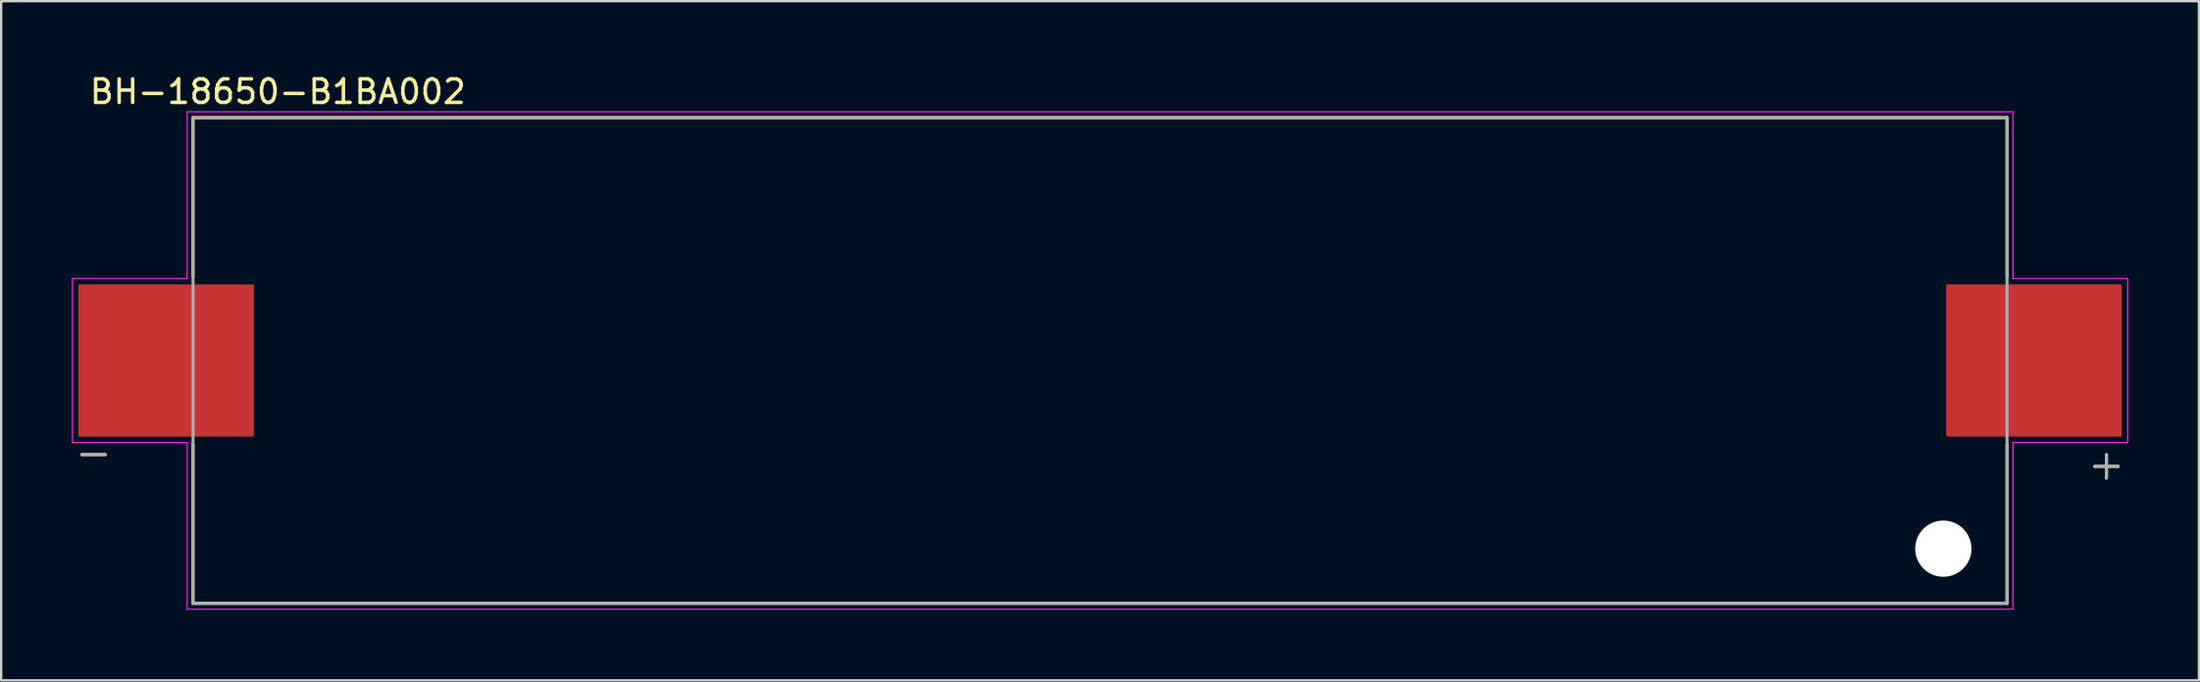
<source format=kicad_pcb>
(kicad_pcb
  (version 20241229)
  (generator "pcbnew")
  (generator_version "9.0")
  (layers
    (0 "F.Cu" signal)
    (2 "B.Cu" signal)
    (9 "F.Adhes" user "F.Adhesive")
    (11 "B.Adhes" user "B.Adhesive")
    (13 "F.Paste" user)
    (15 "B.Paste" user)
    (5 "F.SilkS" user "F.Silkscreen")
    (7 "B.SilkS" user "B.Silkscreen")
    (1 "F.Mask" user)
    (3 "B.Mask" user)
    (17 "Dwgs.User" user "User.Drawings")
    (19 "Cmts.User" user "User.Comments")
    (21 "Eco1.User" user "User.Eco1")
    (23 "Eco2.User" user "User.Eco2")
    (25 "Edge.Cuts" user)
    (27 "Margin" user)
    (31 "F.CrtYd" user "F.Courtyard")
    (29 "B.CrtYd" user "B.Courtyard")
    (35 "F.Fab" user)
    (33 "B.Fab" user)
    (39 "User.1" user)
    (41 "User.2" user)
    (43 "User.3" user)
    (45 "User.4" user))
  (footprint "BH-18650-B1BA002"
    (layer "F.Cu")
    (at 43.675 12.278)
    (property "Reference" "BH-18650-B1BA002" (at -34.925 -11.43 0) (layer "F.SilkS") (effects (font (size 1 1) (thickness 0.15))))
    (attr through_hole)
    (fp_line (start -43.25 4) (end -42.25 4) (stroke (width 0.127) (type solid)) (layer "F.SilkS"))
    (fp_line (start -38.525 -10.325) (end 38.525 -10.325) (stroke (width 0.127) (type solid)) (layer "F.SilkS"))
    (fp_line (start -38.525 -3.55) (end -38.525 -10.325) (stroke (width 0.127) (type solid)) (layer "F.SilkS"))
    (fp_line (start -38.525 10.325) (end -38.525 3.55) (stroke (width 0.127) (type solid)) (layer "F.SilkS"))
    (fp_line (start 38.525 -10.325) (end 38.525 -3.55) (stroke (width 0.127) (type solid)) (layer "F.SilkS"))
    (fp_line (start 38.525 3.55) (end 38.525 10.325) (stroke (width 0.127) (type solid)) (layer "F.SilkS"))
    (fp_line (start 38.525 10.325) (end -38.525 10.325) (stroke (width 0.127) (type solid)) (layer "F.SilkS"))
    (fp_line (start 42.25 4.5) (end 43.25 4.5) (stroke (width 0.127) (type solid)) (layer "F.SilkS"))
    (fp_line (start 42.75 4) (end 42.75 5) (stroke (width 0.127) (type solid)) (layer "F.SilkS"))
    (fp_line (start -43.65 -3.485) (end -38.775 -3.485) (stroke (width 0.05) (type solid)) (layer "F.CrtYd"))
    (fp_line (start -43.65 3.485) (end -43.65 -3.485) (stroke (width 0.05) (type solid)) (layer "F.CrtYd"))
    (fp_line (start -38.775 -10.575) (end 38.775 -10.575) (stroke (width 0.05) (type solid)) (layer "F.CrtYd"))
    (fp_line (start -38.775 -3.485) (end -38.775 -10.575) (stroke (width 0.05) (type solid)) (layer "F.CrtYd"))
    (fp_line (start -38.775 3.485) (end -43.65 3.485) (stroke (width 0.05) (type solid)) (layer "F.CrtYd"))
    (fp_line (start -38.775 10.575) (end -38.775 3.485) (stroke (width 0.05) (type solid)) (layer "F.CrtYd"))
    (fp_line (start 38.775 -10.575) (end 38.775 -3.485) (stroke (width 0.05) (type solid)) (layer "F.CrtYd"))
    (fp_line (start 38.775 -3.485) (end 43.65 -3.485) (stroke (width 0.05) (type solid)) (layer "F.CrtYd"))
    (fp_line (start 38.775 3.485) (end 38.775 10.575) (stroke (width 0.05) (type solid)) (layer "F.CrtYd"))
    (fp_line (start 38.775 10.575) (end -38.775 10.575) (stroke (width 0.05) (type solid)) (layer "F.CrtYd"))
    (fp_line (start 43.65 -3.485) (end 43.65 3.485) (stroke (width 0.05) (type solid)) (layer "F.CrtYd"))
    (fp_line (start 43.65 3.485) (end 38.775 3.485) (stroke (width 0.05) (type solid)) (layer "F.CrtYd"))
    (fp_line (start -43.25 4) (end -42.25 4) (stroke (width 0.127) (type solid)) (layer "F.Fab"))
    (fp_line (start -38.525 -10.325) (end 38.525 -10.325) (stroke (width 0.127) (type solid)) (layer "F.Fab"))
    (fp_line (start -38.525 10.325) (end -38.525 -10.325) (stroke (width 0.127) (type solid)) (layer "F.Fab"))
    (fp_line (start 38.525 -10.325) (end 38.525 10.325) (stroke (width 0.127) (type solid)) (layer "F.Fab"))
    (fp_line (start 38.525 10.325) (end -38.525 10.325) (stroke (width 0.127) (type solid)) (layer "F.Fab"))
    (fp_line (start 42.25 4.5) (end 43.25 4.5) (stroke (width 0.127) (type solid)) (layer "F.Fab"))
    (fp_line (start 42.75 4) (end 42.75 5) (stroke (width 0.127) (type solid)) (layer "F.Fab"))
    (pad "" np_thru_hole circle (at 35.82 8) (size 2.39 2.39) (drill 2.39) (layers "*.Cu" "*.Mask"))
    (pad "1" smd rect (at 39.67 0) (size 7.46 6.47) (layers "F.Cu" "F.Mask" "F.Paste"))
    (pad "2" smd rect (at -39.67 0) (size 7.46 6.47) (layers "F.Cu" "F.Mask" "F.Paste")))
  (gr_rect
    (start -3 -3)
    (end 90.35 25.878)
    (stroke (width 0.1) (type default))
    (fill no)
    (layer "Edge.Cuts")))
</source>
